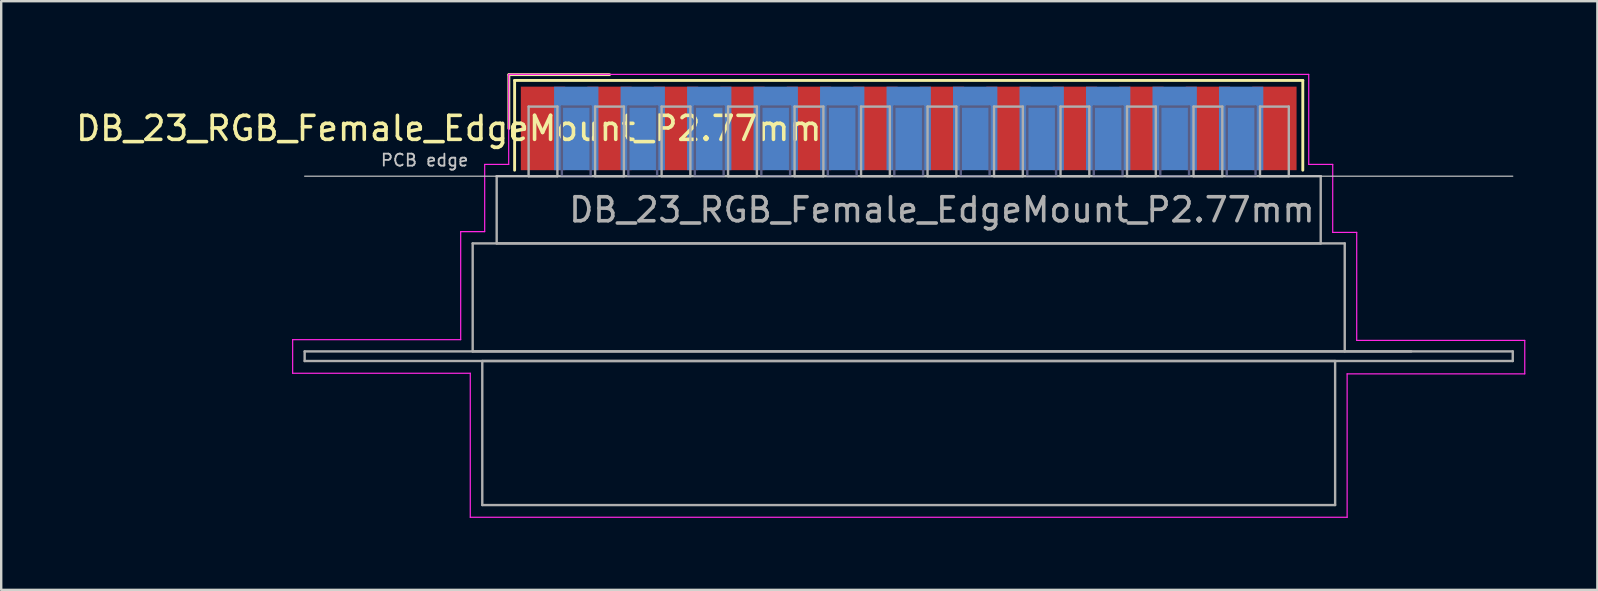
<source format=kicad_pcb>
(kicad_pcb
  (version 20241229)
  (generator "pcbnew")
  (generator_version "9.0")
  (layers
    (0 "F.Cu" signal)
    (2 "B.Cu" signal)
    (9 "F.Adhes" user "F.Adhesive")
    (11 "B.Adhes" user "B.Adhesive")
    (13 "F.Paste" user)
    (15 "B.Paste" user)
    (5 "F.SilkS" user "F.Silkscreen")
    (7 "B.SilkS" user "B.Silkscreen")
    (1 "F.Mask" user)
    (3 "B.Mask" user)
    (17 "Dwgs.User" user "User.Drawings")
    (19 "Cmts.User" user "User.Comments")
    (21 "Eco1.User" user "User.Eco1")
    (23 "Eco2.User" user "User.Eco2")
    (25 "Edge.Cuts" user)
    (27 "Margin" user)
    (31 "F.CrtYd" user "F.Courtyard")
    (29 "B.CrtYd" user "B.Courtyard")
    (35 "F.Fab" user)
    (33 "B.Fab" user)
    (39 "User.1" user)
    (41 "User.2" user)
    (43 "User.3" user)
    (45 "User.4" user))
  (footprint "DB_23_RGB_Female_EdgeMount_P2.77mm"
    (layer "F.Cu")
    (at 34.807 2.3)
    (property "Reference" "DB_23_RGB_Female_EdgeMount_P2.77mm" (at -19.158 0 0) (layer "F.SilkS") (effects (font (size 1 1) (thickness 0.15))))
    (attr smd)
    (fp_line (start -16.658 -2.24) (end -12.465 -2.24) (stroke (width 0.12) (type solid)) (layer "F.SilkS"))
    (fp_line (start -16.658 0) (end -16.658 -2.24) (stroke (width 0.12) (type solid)) (layer "F.SilkS"))
    (fp_line (start -16.418 -2) (end -16.418 1.74) (stroke (width 0.12) (type solid)) (layer "F.SilkS"))
    (fp_line (start 16.418 -2) (end -16.418 -2) (stroke (width 0.12) (type solid)) (layer "F.SilkS"))
    (fp_line (start 16.418 1.74) (end 16.418 -2) (stroke (width 0.12) (type solid)) (layer "F.SilkS"))
    (fp_line (start -25.165 1.99) (end 25.165 1.99) (stroke (width 0.05) (type solid)) (layer "Dwgs.User"))
    (fp_line (start -25.665 8.8) (end -18.665 8.8) (stroke (width 0.05) (type solid)) (layer "F.CrtYd"))
    (fp_line (start -25.665 10.2) (end -25.665 8.8) (stroke (width 0.05) (type solid)) (layer "F.CrtYd"))
    (fp_line (start -18.665 4.3) (end -17.665 4.3) (stroke (width 0.05) (type solid)) (layer "F.CrtYd"))
    (fp_line (start -18.665 8.8) (end -18.665 4.3) (stroke (width 0.05) (type solid)) (layer "F.CrtYd"))
    (fp_line (start -18.265 10.2) (end -25.665 10.2) (stroke (width 0.05) (type solid)) (layer "F.CrtYd"))
    (fp_line (start -18.265 16.2) (end -18.265 10.2) (stroke (width 0.05) (type solid)) (layer "F.CrtYd"))
    (fp_line (start -17.665 1.5) (end -16.665 1.5) (stroke (width 0.05) (type solid)) (layer "F.CrtYd"))
    (fp_line (start -17.665 4.3) (end -17.665 1.5) (stroke (width 0.05) (type solid)) (layer "F.CrtYd"))
    (fp_line (start -16.665 -2.25) (end 16.665 -2.25) (stroke (width 0.05) (type solid)) (layer "F.CrtYd"))
    (fp_line (start -16.665 1.5) (end -16.665 -2.25) (stroke (width 0.05) (type solid)) (layer "F.CrtYd"))
    (fp_line (start 16.665 -2.25) (end 16.665 1.5) (stroke (width 0.05) (type solid)) (layer "F.CrtYd"))
    (fp_line (start 16.665 1.5) (end 17.665 1.5) (stroke (width 0.05) (type solid)) (layer "F.CrtYd"))
    (fp_line (start 17.664 4.332) (end 18.664 4.332) (stroke (width 0.05) (type solid)) (layer "F.CrtYd"))
    (fp_line (start 17.665 1.5) (end 17.664 4.332) (stroke (width 0.05) (type solid)) (layer "F.CrtYd"))
    (fp_line (start 18.265 10.225) (end 18.265 16.2) (stroke (width 0.05) (type solid)) (layer "F.CrtYd"))
    (fp_line (start 18.265 16.2) (end -18.265 16.2) (stroke (width 0.05) (type solid)) (layer "F.CrtYd"))
    (fp_line (start 18.664 4.332) (end 18.664 8.832) (stroke (width 0.05) (type solid)) (layer "F.CrtYd"))
    (fp_line (start 18.664 8.832) (end 25.664 8.832) (stroke (width 0.05) (type solid)) (layer "F.CrtYd"))
    (fp_line (start 25.665 8.832) (end 25.665 10.225) (stroke (width 0.05) (type solid)) (layer "F.CrtYd"))
    (fp_line (start 25.665 10.225) (end 18.265 10.225) (stroke (width 0.05) (type solid)) (layer "F.CrtYd"))
    (fp_line (start -14.45 -0.91) (end -14.45 1.99) (stroke (width 0.1) (type solid)) (layer "B.Fab"))
    (fp_line (start -14.45 1.99) (end -13.25 1.99) (stroke (width 0.1) (type solid)) (layer "B.Fab"))
    (fp_line (start -13.25 -0.91) (end -14.45 -0.91) (stroke (width 0.1) (type solid)) (layer "B.Fab"))
    (fp_line (start -13.25 1.99) (end -13.25 -0.91) (stroke (width 0.1) (type solid)) (layer "B.Fab"))
    (fp_line (start -11.68 -0.91) (end -11.68 1.99) (stroke (width 0.1) (type solid)) (layer "B.Fab"))
    (fp_line (start -11.68 1.99) (end -10.48 1.99) (stroke (width 0.1) (type solid)) (layer "B.Fab"))
    (fp_line (start -10.48 -0.91) (end -11.68 -0.91) (stroke (width 0.1) (type solid)) (layer "B.Fab"))
    (fp_line (start -10.48 1.99) (end -10.48 -0.91) (stroke (width 0.1) (type solid)) (layer "B.Fab"))
    (fp_line (start -8.91 -0.91) (end -8.91 1.99) (stroke (width 0.1) (type solid)) (layer "B.Fab"))
    (fp_line (start -8.91 1.99) (end -7.71 1.99) (stroke (width 0.1) (type solid)) (layer "B.Fab"))
    (fp_line (start -7.71 -0.91) (end -8.91 -0.91) (stroke (width 0.1) (type solid)) (layer "B.Fab"))
    (fp_line (start -7.71 1.99) (end -7.71 -0.91) (stroke (width 0.1) (type solid)) (layer "B.Fab"))
    (fp_line (start -6.14 -0.91) (end -6.14 1.99) (stroke (width 0.1) (type solid)) (layer "B.Fab"))
    (fp_line (start -6.14 1.99) (end -4.94 1.99) (stroke (width 0.1) (type solid)) (layer "B.Fab"))
    (fp_line (start -4.94 -0.91) (end -6.14 -0.91) (stroke (width 0.1) (type solid)) (layer "B.Fab"))
    (fp_line (start -4.94 1.99) (end -4.94 -0.91) (stroke (width 0.1) (type solid)) (layer "B.Fab"))
    (fp_line (start -3.37 -0.91) (end -3.37 1.99) (stroke (width 0.1) (type solid)) (layer "B.Fab"))
    (fp_line (start -3.37 1.99) (end -2.17 1.99) (stroke (width 0.1) (type solid)) (layer "B.Fab"))
    (fp_line (start -2.17 -0.91) (end -3.37 -0.91) (stroke (width 0.1) (type solid)) (layer "B.Fab"))
    (fp_line (start -2.17 1.99) (end -2.17 -0.91) (stroke (width 0.1) (type solid)) (layer "B.Fab"))
    (fp_line (start -0.6 -0.91) (end -0.6 1.99) (stroke (width 0.1) (type solid)) (layer "B.Fab"))
    (fp_line (start -0.6 1.99) (end 0.6 1.99) (stroke (width 0.1) (type solid)) (layer "B.Fab"))
    (fp_line (start 0.6 -0.91) (end -0.6 -0.91) (stroke (width 0.1) (type solid)) (layer "B.Fab"))
    (fp_line (start 0.6 1.99) (end 0.6 -0.91) (stroke (width 0.1) (type solid)) (layer "B.Fab"))
    (fp_line (start 2.17 -0.91) (end 2.17 1.99) (stroke (width 0.1) (type solid)) (layer "B.Fab"))
    (fp_line (start 2.17 1.99) (end 3.37 1.99) (stroke (width 0.1) (type solid)) (layer "B.Fab"))
    (fp_line (start 3.37 -0.91) (end 2.17 -0.91) (stroke (width 0.1) (type solid)) (layer "B.Fab"))
    (fp_line (start 3.37 1.99) (end 3.37 -0.91) (stroke (width 0.1) (type solid)) (layer "B.Fab"))
    (fp_line (start 4.94 -0.91) (end 4.94 1.99) (stroke (width 0.1) (type solid)) (layer "B.Fab"))
    (fp_line (start 4.94 1.99) (end 6.14 1.99) (stroke (width 0.1) (type solid)) (layer "B.Fab"))
    (fp_line (start 6.14 -0.91) (end 4.94 -0.91) (stroke (width 0.1) (type solid)) (layer "B.Fab"))
    (fp_line (start 6.14 1.99) (end 6.14 -0.91) (stroke (width 0.1) (type solid)) (layer "B.Fab"))
    (fp_line (start 7.71 -0.91) (end 7.71 1.99) (stroke (width 0.1) (type solid)) (layer "B.Fab"))
    (fp_line (start 7.71 1.99) (end 8.91 1.99) (stroke (width 0.1) (type solid)) (layer "B.Fab"))
    (fp_line (start 8.91 -0.91) (end 7.71 -0.91) (stroke (width 0.1) (type solid)) (layer "B.Fab"))
    (fp_line (start 8.91 1.99) (end 8.91 -0.91) (stroke (width 0.1) (type solid)) (layer "B.Fab"))
    (fp_line (start 10.48 -0.91) (end 10.48 1.99) (stroke (width 0.1) (type solid)) (layer "B.Fab"))
    (fp_line (start 10.48 1.99) (end 11.68 1.99) (stroke (width 0.1) (type solid)) (layer "B.Fab"))
    (fp_line (start 11.68 -0.91) (end 10.48 -0.91) (stroke (width 0.1) (type solid)) (layer "B.Fab"))
    (fp_line (start 11.68 1.99) (end 11.68 -0.91) (stroke (width 0.1) (type solid)) (layer "B.Fab"))
    (fp_line (start 13.25 -0.91) (end 13.25 1.99) (stroke (width 0.1) (type solid)) (layer "B.Fab"))
    (fp_line (start 13.25 1.99) (end 14.45 1.99) (stroke (width 0.1) (type solid)) (layer "B.Fab"))
    (fp_line (start 14.45 -0.91) (end 13.25 -0.91) (stroke (width 0.1) (type solid)) (layer "B.Fab"))
    (fp_line (start 14.45 1.99) (end 14.45 -0.91) (stroke (width 0.1) (type solid)) (layer "B.Fab"))
    (fp_line (start -25.165 9.29) (end -25.165 9.69) (stroke (width 0.1) (type solid)) (layer "F.Fab"))
    (fp_line (start -25.165 9.69) (end 25.165 9.69) (stroke (width 0.1) (type solid)) (layer "F.Fab"))
    (fp_line (start -18.165 4.79) (end -18.165 9.29) (stroke (width 0.1) (type solid)) (layer "F.Fab"))
    (fp_line (start -18.165 9.29) (end 20.935 9.29) (stroke (width 0.1) (type solid)) (layer "F.Fab"))
    (fp_line (start -17.765 9.69) (end -17.765 15.69) (stroke (width 0.1) (type solid)) (layer "F.Fab"))
    (fp_line (start -17.765 15.69) (end 17.765 15.69) (stroke (width 0.1) (type solid)) (layer "F.Fab"))
    (fp_line (start -17.165 1.99) (end -17.165 4.79) (stroke (width 0.1) (type solid)) (layer "F.Fab"))
    (fp_line (start -17.165 4.79) (end 17.165 4.79) (stroke (width 0.1) (type solid)) (layer "F.Fab"))
    (fp_line (start -15.835 -0.91) (end -15.835 1.99) (stroke (width 0.1) (type solid)) (layer "F.Fab"))
    (fp_line (start -15.835 1.99) (end -14.635 1.99) (stroke (width 0.1) (type solid)) (layer "F.Fab"))
    (fp_line (start -14.635 -0.91) (end -15.835 -0.91) (stroke (width 0.1) (type solid)) (layer "F.Fab"))
    (fp_line (start -14.635 1.99) (end -14.635 -0.91) (stroke (width 0.1) (type solid)) (layer "F.Fab"))
    (fp_line (start -13.065 -0.91) (end -13.065 1.99) (stroke (width 0.1) (type solid)) (layer "F.Fab"))
    (fp_line (start -13.065 1.99) (end -11.865 1.99) (stroke (width 0.1) (type solid)) (layer "F.Fab"))
    (fp_line (start -11.865 -0.91) (end -13.065 -0.91) (stroke (width 0.1) (type solid)) (layer "F.Fab"))
    (fp_line (start -11.865 1.99) (end -11.865 -0.91) (stroke (width 0.1) (type solid)) (layer "F.Fab"))
    (fp_line (start -10.295 -0.91) (end -10.295 1.99) (stroke (width 0.1) (type solid)) (layer "F.Fab"))
    (fp_line (start -10.295 1.99) (end -9.095 1.99) (stroke (width 0.1) (type solid)) (layer "F.Fab"))
    (fp_line (start -9.095 -0.91) (end -10.295 -0.91) (stroke (width 0.1) (type solid)) (layer "F.Fab"))
    (fp_line (start -9.095 1.99) (end -9.095 -0.91) (stroke (width 0.1) (type solid)) (layer "F.Fab"))
    (fp_line (start -7.525 -0.91) (end -7.525 1.99) (stroke (width 0.1) (type solid)) (layer "F.Fab"))
    (fp_line (start -7.525 1.99) (end -6.325 1.99) (stroke (width 0.1) (type solid)) (layer "F.Fab"))
    (fp_line (start -6.325 -0.91) (end -7.525 -0.91) (stroke (width 0.1) (type solid)) (layer "F.Fab"))
    (fp_line (start -6.325 1.99) (end -6.325 -0.91) (stroke (width 0.1) (type solid)) (layer "F.Fab"))
    (fp_line (start -4.755 -0.91) (end -4.755 1.99) (stroke (width 0.1) (type solid)) (layer "F.Fab"))
    (fp_line (start -4.755 1.99) (end -3.555 1.99) (stroke (width 0.1) (type solid)) (layer "F.Fab"))
    (fp_line (start -3.555 -0.91) (end -4.755 -0.91) (stroke (width 0.1) (type solid)) (layer "F.Fab"))
    (fp_line (start -3.555 1.99) (end -3.555 -0.91) (stroke (width 0.1) (type solid)) (layer "F.Fab"))
    (fp_line (start -1.985 -0.91) (end -1.985 1.99) (stroke (width 0.1) (type solid)) (layer "F.Fab"))
    (fp_line (start -1.985 1.99) (end -0.785 1.99) (stroke (width 0.1) (type solid)) (layer "F.Fab"))
    (fp_line (start -0.785 -0.91) (end -1.985 -0.91) (stroke (width 0.1) (type solid)) (layer "F.Fab"))
    (fp_line (start -0.785 1.99) (end -0.785 -0.91) (stroke (width 0.1) (type solid)) (layer "F.Fab"))
    (fp_line (start 0.785 -0.91) (end 0.785 1.99) (stroke (width 0.1) (type solid)) (layer "F.Fab"))
    (fp_line (start 0.785 1.99) (end 1.985 1.99) (stroke (width 0.1) (type solid)) (layer "F.Fab"))
    (fp_line (start 1.985 -0.91) (end 0.785 -0.91) (stroke (width 0.1) (type solid)) (layer "F.Fab"))
    (fp_line (start 1.985 1.99) (end 1.985 -0.91) (stroke (width 0.1) (type solid)) (layer "F.Fab"))
    (fp_line (start 3.555 -0.91) (end 3.555 1.99) (stroke (width 0.1) (type solid)) (layer "F.Fab"))
    (fp_line (start 3.555 1.99) (end 4.755 1.99) (stroke (width 0.1) (type solid)) (layer "F.Fab"))
    (fp_line (start 4.755 -0.91) (end 3.555 -0.91) (stroke (width 0.1) (type solid)) (layer "F.Fab"))
    (fp_line (start 4.755 1.99) (end 4.755 -0.91) (stroke (width 0.1) (type solid)) (layer "F.Fab"))
    (fp_line (start 6.325 -0.91) (end 6.325 1.99) (stroke (width 0.1) (type solid)) (layer "F.Fab"))
    (fp_line (start 6.325 1.99) (end 7.525 1.99) (stroke (width 0.1) (type solid)) (layer "F.Fab"))
    (fp_line (start 7.525 -0.91) (end 6.325 -0.91) (stroke (width 0.1) (type solid)) (layer "F.Fab"))
    (fp_line (start 7.525 1.99) (end 7.525 -0.91) (stroke (width 0.1) (type solid)) (layer "F.Fab"))
    (fp_line (start 9.095 -0.91) (end 9.095 1.99) (stroke (width 0.1) (type solid)) (layer "F.Fab"))
    (fp_line (start 9.095 1.99) (end 10.295 1.99) (stroke (width 0.1) (type solid)) (layer "F.Fab"))
    (fp_line (start 10.295 -0.91) (end 9.095 -0.91) (stroke (width 0.1) (type solid)) (layer "F.Fab"))
    (fp_line (start 10.295 1.99) (end 10.295 -0.91) (stroke (width 0.1) (type solid)) (layer "F.Fab"))
    (fp_line (start 11.865 -0.91) (end 11.865 1.99) (stroke (width 0.1) (type solid)) (layer "F.Fab"))
    (fp_line (start 11.865 1.99) (end 13.065 1.99) (stroke (width 0.1) (type solid)) (layer "F.Fab"))
    (fp_line (start 13.065 -0.91) (end 11.865 -0.91) (stroke (width 0.1) (type solid)) (layer "F.Fab"))
    (fp_line (start 13.065 1.99) (end 13.065 -0.91) (stroke (width 0.1) (type solid)) (layer "F.Fab"))
    (fp_line (start 14.635 -0.91) (end 14.635 1.99) (stroke (width 0.1) (type solid)) (layer "F.Fab"))
    (fp_line (start 14.635 1.99) (end 15.835 1.99) (stroke (width 0.1) (type solid)) (layer "F.Fab"))
    (fp_line (start 15.835 -0.91) (end 14.635 -0.91) (stroke (width 0.1) (type solid)) (layer "F.Fab"))
    (fp_line (start 15.835 1.99) (end 15.835 -0.91) (stroke (width 0.1) (type solid)) (layer "F.Fab"))
    (fp_line (start 17.165 1.99) (end -17.165 1.99) (stroke (width 0.1) (type solid)) (layer "F.Fab"))
    (fp_line (start 17.165 4.79) (end 17.165 1.99) (stroke (width 0.1) (type solid)) (layer "F.Fab"))
    (fp_line (start 17.765 9.69) (end -17.765 9.69) (stroke (width 0.1) (type solid)) (layer "F.Fab"))
    (fp_line (start 17.765 15.69) (end 17.765 9.69) (stroke (width 0.1) (type solid)) (layer "F.Fab"))
    (fp_line (start 18.165 4.79) (end -18.165 4.79) (stroke (width 0.1) (type solid)) (layer "F.Fab"))
    (fp_line (start 18.165 9.29) (end 18.165 4.79) (stroke (width 0.1) (type solid)) (layer "F.Fab"))
    (fp_line (start 25.165 9.29) (end -25.165 9.29) (stroke (width 0.1) (type solid)) (layer "F.Fab"))
    (fp_line (start 25.165 9.69) (end 25.165 9.29) (stroke (width 0.1) (type solid)) (layer "F.Fab"))
    (fp_text user "PCB edge" (at -20.165 1.323 0) (layer "Dwgs.User") (effects (font (size 0.5 0.5) (thickness 0.075))))
    (fp_text user "${REFERENCE}" (at 1.385 3.39 0) (layer "F.Fab") (effects (font (size 1 1) (thickness 0.15))))
    (pad "1" smd rect (at 15.235 0) (size 1.847 3.48) (layers "F.Cu" "F.Mask" "F.Paste"))
    (pad "2" smd rect (at 12.465 0) (size 1.847 3.48) (layers "F.Cu" "F.Mask" "F.Paste"))
    (pad "3" smd rect (at 9.695 0) (size 1.847 3.48) (layers "F.Cu" "F.Mask" "F.Paste"))
    (pad "4" smd rect (at 6.925 0) (size 1.847 3.48) (layers "F.Cu" "F.Mask" "F.Paste"))
    (pad "5" smd rect (at 4.155 0) (size 1.847 3.48) (layers "F.Cu" "F.Mask" "F.Paste"))
    (pad "6" smd rect (at 1.385 0) (size 1.847 3.48) (layers "F.Cu" "F.Mask" "F.Paste"))
    (pad "7" smd rect (at -1.385 0) (size 1.847 3.48) (layers "F.Cu" "F.Mask" "F.Paste"))
    (pad "8" smd rect (at -4.155 0) (size 1.847 3.48) (layers "F.Cu" "F.Mask" "F.Paste"))
    (pad "9" smd rect (at -6.925 0) (size 1.847 3.48) (layers "F.Cu" "F.Mask" "F.Paste"))
    (pad "10" smd rect (at -9.695 0) (size 1.847 3.48) (layers "F.Cu" "F.Mask" "F.Paste"))
    (pad "11" smd rect (at -12.465 0) (size 1.847 3.48) (layers "F.Cu" "F.Mask" "F.Paste"))
    (pad "12" smd rect (at -15.235 0) (size 1.847 3.48) (layers "F.Cu" "F.Mask" "F.Paste"))
    (pad "13" smd rect (at 13.85 0) (size 1.847 3.48) (layers "B.Cu" "B.Mask" "B.Paste"))
    (pad "14" smd rect (at 11.08 0) (size 1.847 3.48) (layers "B.Cu" "B.Mask" "B.Paste"))
    (pad "15" smd rect (at 8.31 0) (size 1.847 3.48) (layers "B.Cu" "B.Mask" "B.Paste"))
    (pad "16" smd rect (at 5.54 0) (size 1.847 3.48) (layers "B.Cu" "B.Mask" "B.Paste"))
    (pad "17" smd rect (at 2.77 0) (size 1.847 3.48) (layers "B.Cu" "B.Mask" "B.Paste"))
    (pad "18" smd rect (at 0 0) (size 1.847 3.48) (layers "B.Cu" "B.Mask" "B.Paste"))
    (pad "19" smd rect (at -2.77 0) (size 1.847 3.48) (layers "B.Cu" "B.Mask" "B.Paste"))
    (pad "20" smd rect (at -5.54 0) (size 1.847 3.48) (layers "B.Cu" "B.Mask" "B.Paste"))
    (pad "21" smd rect (at -8.31 0) (size 1.847 3.48) (layers "B.Cu" "B.Mask" "B.Paste"))
    (pad "22" smd rect (at -11.08 0) (size 1.847 3.48) (layers "B.Cu" "B.Mask" "B.Paste"))
    (pad "23" smd rect (at -13.85 0) (size 1.847 3.48) (layers "B.Cu" "B.Mask" "B.Paste")))
  (gr_rect
    (start -3 -3)
    (end 63.497 21.525)
    (stroke (width 0.1) (type default))
    (fill no)
    (layer "Edge.Cuts")))
</source>
